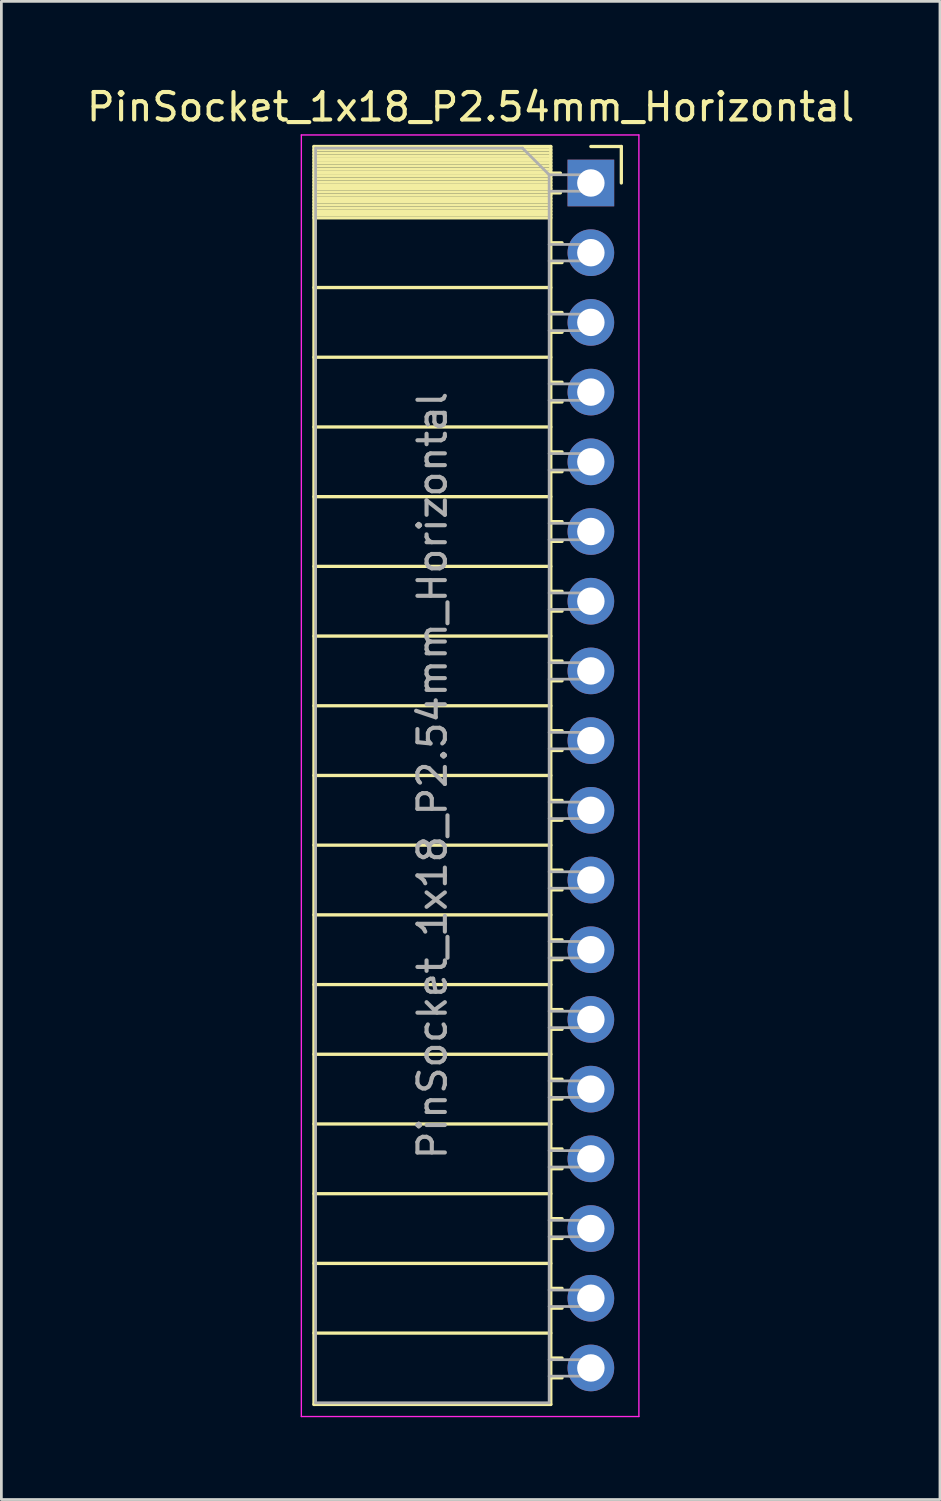
<source format=kicad_pcb>
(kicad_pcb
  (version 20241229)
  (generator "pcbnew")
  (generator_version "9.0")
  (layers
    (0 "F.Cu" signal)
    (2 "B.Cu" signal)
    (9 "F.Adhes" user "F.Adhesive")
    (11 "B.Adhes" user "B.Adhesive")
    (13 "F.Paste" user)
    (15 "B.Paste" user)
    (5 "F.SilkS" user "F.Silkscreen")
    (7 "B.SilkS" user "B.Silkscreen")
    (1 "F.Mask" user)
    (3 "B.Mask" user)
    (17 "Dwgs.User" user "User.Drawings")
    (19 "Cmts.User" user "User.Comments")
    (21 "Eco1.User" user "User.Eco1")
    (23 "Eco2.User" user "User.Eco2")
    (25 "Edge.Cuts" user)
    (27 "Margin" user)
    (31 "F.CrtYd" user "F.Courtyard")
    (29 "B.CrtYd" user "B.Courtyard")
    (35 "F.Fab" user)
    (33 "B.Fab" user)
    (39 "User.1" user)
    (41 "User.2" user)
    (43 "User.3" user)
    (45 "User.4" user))
  (footprint "PinSocket_1x18_P2.54mm_Horizontal"
    (layer "F.Cu")
    (at 18.481 3.618)
    (property "Reference" "PinSocket_1x18_P2.54mm_Horizontal" (at -4.38 -2.77 0) (layer "F.SilkS") (effects (font (size 1 1) (thickness 0.15))))
    (attr through_hole)
    (fp_line (start -10.09 -1.33) (end -10.09 44.51) (stroke (width 0.12) (type solid)) (layer "F.SilkS"))
    (fp_line (start -10.09 -1.33) (end -1.46 -1.33) (stroke (width 0.12) (type solid)) (layer "F.SilkS"))
    (fp_line (start -10.09 -1.21) (end -1.46 -1.21) (stroke (width 0.12) (type solid)) (layer "F.SilkS"))
    (fp_line (start -10.09 -1.092) (end -1.46 -1.092) (stroke (width 0.12) (type solid)) (layer "F.SilkS"))
    (fp_line (start -10.09 -0.974) (end -1.46 -0.974) (stroke (width 0.12) (type solid)) (layer "F.SilkS"))
    (fp_line (start -10.09 -0.856) (end -1.46 -0.856) (stroke (width 0.12) (type solid)) (layer "F.SilkS"))
    (fp_line (start -10.09 -0.738) (end -1.46 -0.738) (stroke (width 0.12) (type solid)) (layer "F.SilkS"))
    (fp_line (start -10.09 -0.62) (end -1.46 -0.62) (stroke (width 0.12) (type solid)) (layer "F.SilkS"))
    (fp_line (start -10.09 -0.501) (end -1.46 -0.501) (stroke (width 0.12) (type solid)) (layer "F.SilkS"))
    (fp_line (start -10.09 -0.383) (end -1.46 -0.383) (stroke (width 0.12) (type solid)) (layer "F.SilkS"))
    (fp_line (start -10.09 -0.265) (end -1.46 -0.265) (stroke (width 0.12) (type solid)) (layer "F.SilkS"))
    (fp_line (start -10.09 -0.147) (end -1.46 -0.147) (stroke (width 0.12) (type solid)) (layer "F.SilkS"))
    (fp_line (start -10.09 -0.029) (end -1.46 -0.029) (stroke (width 0.12) (type solid)) (layer "F.SilkS"))
    (fp_line (start -10.09 0.089) (end -1.46 0.089) (stroke (width 0.12) (type solid)) (layer "F.SilkS"))
    (fp_line (start -10.09 0.207) (end -1.46 0.207) (stroke (width 0.12) (type solid)) (layer "F.SilkS"))
    (fp_line (start -10.09 0.325) (end -1.46 0.325) (stroke (width 0.12) (type solid)) (layer "F.SilkS"))
    (fp_line (start -10.09 0.443) (end -1.46 0.443) (stroke (width 0.12) (type solid)) (layer "F.SilkS"))
    (fp_line (start -10.09 0.561) (end -1.46 0.561) (stroke (width 0.12) (type solid)) (layer "F.SilkS"))
    (fp_line (start -10.09 0.68) (end -1.46 0.68) (stroke (width 0.12) (type solid)) (layer "F.SilkS"))
    (fp_line (start -10.09 0.798) (end -1.46 0.798) (stroke (width 0.12) (type solid)) (layer "F.SilkS"))
    (fp_line (start -10.09 0.916) (end -1.46 0.916) (stroke (width 0.12) (type solid)) (layer "F.SilkS"))
    (fp_line (start -10.09 1.034) (end -1.46 1.034) (stroke (width 0.12) (type solid)) (layer "F.SilkS"))
    (fp_line (start -10.09 1.152) (end -1.46 1.152) (stroke (width 0.12) (type solid)) (layer "F.SilkS"))
    (fp_line (start -10.09 1.27) (end -1.46 1.27) (stroke (width 0.12) (type solid)) (layer "F.SilkS"))
    (fp_line (start -10.09 3.81) (end -1.46 3.81) (stroke (width 0.12) (type solid)) (layer "F.SilkS"))
    (fp_line (start -10.09 6.35) (end -1.46 6.35) (stroke (width 0.12) (type solid)) (layer "F.SilkS"))
    (fp_line (start -10.09 8.89) (end -1.46 8.89) (stroke (width 0.12) (type solid)) (layer "F.SilkS"))
    (fp_line (start -10.09 11.43) (end -1.46 11.43) (stroke (width 0.12) (type solid)) (layer "F.SilkS"))
    (fp_line (start -10.09 13.97) (end -1.46 13.97) (stroke (width 0.12) (type solid)) (layer "F.SilkS"))
    (fp_line (start -10.09 16.51) (end -1.46 16.51) (stroke (width 0.12) (type solid)) (layer "F.SilkS"))
    (fp_line (start -10.09 19.05) (end -1.46 19.05) (stroke (width 0.12) (type solid)) (layer "F.SilkS"))
    (fp_line (start -10.09 21.59) (end -1.46 21.59) (stroke (width 0.12) (type solid)) (layer "F.SilkS"))
    (fp_line (start -10.09 24.13) (end -1.46 24.13) (stroke (width 0.12) (type solid)) (layer "F.SilkS"))
    (fp_line (start -10.09 26.67) (end -1.46 26.67) (stroke (width 0.12) (type solid)) (layer "F.SilkS"))
    (fp_line (start -10.09 29.21) (end -1.46 29.21) (stroke (width 0.12) (type solid)) (layer "F.SilkS"))
    (fp_line (start -10.09 31.75) (end -1.46 31.75) (stroke (width 0.12) (type solid)) (layer "F.SilkS"))
    (fp_line (start -10.09 34.29) (end -1.46 34.29) (stroke (width 0.12) (type solid)) (layer "F.SilkS"))
    (fp_line (start -10.09 36.83) (end -1.46 36.83) (stroke (width 0.12) (type solid)) (layer "F.SilkS"))
    (fp_line (start -10.09 39.37) (end -1.46 39.37) (stroke (width 0.12) (type solid)) (layer "F.SilkS"))
    (fp_line (start -10.09 41.91) (end -1.46 41.91) (stroke (width 0.12) (type solid)) (layer "F.SilkS"))
    (fp_line (start -10.09 44.51) (end -1.46 44.51) (stroke (width 0.12) (type solid)) (layer "F.SilkS"))
    (fp_line (start -1.46 -1.33) (end -1.46 44.51) (stroke (width 0.12) (type solid)) (layer "F.SilkS"))
    (fp_line (start -1.46 -0.36) (end -1.11 -0.36) (stroke (width 0.12) (type solid)) (layer "F.SilkS"))
    (fp_line (start -1.46 0.36) (end -1.11 0.36) (stroke (width 0.12) (type solid)) (layer "F.SilkS"))
    (fp_line (start -1.46 2.18) (end -1.05 2.18) (stroke (width 0.12) (type solid)) (layer "F.SilkS"))
    (fp_line (start -1.46 2.9) (end -1.05 2.9) (stroke (width 0.12) (type solid)) (layer "F.SilkS"))
    (fp_line (start -1.46 4.72) (end -1.05 4.72) (stroke (width 0.12) (type solid)) (layer "F.SilkS"))
    (fp_line (start -1.46 5.44) (end -1.05 5.44) (stroke (width 0.12) (type solid)) (layer "F.SilkS"))
    (fp_line (start -1.46 7.26) (end -1.05 7.26) (stroke (width 0.12) (type solid)) (layer "F.SilkS"))
    (fp_line (start -1.46 7.98) (end -1.05 7.98) (stroke (width 0.12) (type solid)) (layer "F.SilkS"))
    (fp_line (start -1.46 9.8) (end -1.05 9.8) (stroke (width 0.12) (type solid)) (layer "F.SilkS"))
    (fp_line (start -1.46 10.52) (end -1.05 10.52) (stroke (width 0.12) (type solid)) (layer "F.SilkS"))
    (fp_line (start -1.46 12.34) (end -1.05 12.34) (stroke (width 0.12) (type solid)) (layer "F.SilkS"))
    (fp_line (start -1.46 13.06) (end -1.05 13.06) (stroke (width 0.12) (type solid)) (layer "F.SilkS"))
    (fp_line (start -1.46 14.88) (end -1.05 14.88) (stroke (width 0.12) (type solid)) (layer "F.SilkS"))
    (fp_line (start -1.46 15.6) (end -1.05 15.6) (stroke (width 0.12) (type solid)) (layer "F.SilkS"))
    (fp_line (start -1.46 17.42) (end -1.05 17.42) (stroke (width 0.12) (type solid)) (layer "F.SilkS"))
    (fp_line (start -1.46 18.14) (end -1.05 18.14) (stroke (width 0.12) (type solid)) (layer "F.SilkS"))
    (fp_line (start -1.46 19.96) (end -1.05 19.96) (stroke (width 0.12) (type solid)) (layer "F.SilkS"))
    (fp_line (start -1.46 20.68) (end -1.05 20.68) (stroke (width 0.12) (type solid)) (layer "F.SilkS"))
    (fp_line (start -1.46 22.5) (end -1.05 22.5) (stroke (width 0.12) (type solid)) (layer "F.SilkS"))
    (fp_line (start -1.46 23.22) (end -1.05 23.22) (stroke (width 0.12) (type solid)) (layer "F.SilkS"))
    (fp_line (start -1.46 25.04) (end -1.05 25.04) (stroke (width 0.12) (type solid)) (layer "F.SilkS"))
    (fp_line (start -1.46 25.76) (end -1.05 25.76) (stroke (width 0.12) (type solid)) (layer "F.SilkS"))
    (fp_line (start -1.46 27.58) (end -1.05 27.58) (stroke (width 0.12) (type solid)) (layer "F.SilkS"))
    (fp_line (start -1.46 28.3) (end -1.05 28.3) (stroke (width 0.12) (type solid)) (layer "F.SilkS"))
    (fp_line (start -1.46 30.12) (end -1.05 30.12) (stroke (width 0.12) (type solid)) (layer "F.SilkS"))
    (fp_line (start -1.46 30.84) (end -1.05 30.84) (stroke (width 0.12) (type solid)) (layer "F.SilkS"))
    (fp_line (start -1.46 32.66) (end -1.05 32.66) (stroke (width 0.12) (type solid)) (layer "F.SilkS"))
    (fp_line (start -1.46 33.38) (end -1.05 33.38) (stroke (width 0.12) (type solid)) (layer "F.SilkS"))
    (fp_line (start -1.46 35.2) (end -1.05 35.2) (stroke (width 0.12) (type solid)) (layer "F.SilkS"))
    (fp_line (start -1.46 35.92) (end -1.05 35.92) (stroke (width 0.12) (type solid)) (layer "F.SilkS"))
    (fp_line (start -1.46 37.74) (end -1.05 37.74) (stroke (width 0.12) (type solid)) (layer "F.SilkS"))
    (fp_line (start -1.46 38.46) (end -1.05 38.46) (stroke (width 0.12) (type solid)) (layer "F.SilkS"))
    (fp_line (start -1.46 40.28) (end -1.05 40.28) (stroke (width 0.12) (type solid)) (layer "F.SilkS"))
    (fp_line (start -1.46 41) (end -1.05 41) (stroke (width 0.12) (type solid)) (layer "F.SilkS"))
    (fp_line (start -1.46 42.82) (end -1.05 42.82) (stroke (width 0.12) (type solid)) (layer "F.SilkS"))
    (fp_line (start -1.46 43.54) (end -1.05 43.54) (stroke (width 0.12) (type solid)) (layer "F.SilkS"))
    (fp_line (start 0 -1.33) (end 1.11 -1.33) (stroke (width 0.12) (type solid)) (layer "F.SilkS"))
    (fp_line (start 1.11 -1.33) (end 1.11 0) (stroke (width 0.12) (type solid)) (layer "F.SilkS"))
    (fp_line (start -10.55 -1.75) (end -10.55 44.95) (stroke (width 0.05) (type solid)) (layer "F.CrtYd"))
    (fp_line (start -10.55 44.95) (end 1.75 44.95) (stroke (width 0.05) (type solid)) (layer "F.CrtYd"))
    (fp_line (start 1.75 -1.75) (end -10.55 -1.75) (stroke (width 0.05) (type solid)) (layer "F.CrtYd"))
    (fp_line (start 1.75 44.95) (end 1.75 -1.75) (stroke (width 0.05) (type solid)) (layer "F.CrtYd"))
    (fp_line (start -10.03 -1.27) (end -2.49 -1.27) (stroke (width 0.1) (type solid)) (layer "F.Fab"))
    (fp_line (start -10.03 44.45) (end -10.03 -1.27) (stroke (width 0.1) (type solid)) (layer "F.Fab"))
    (fp_line (start -2.49 -1.27) (end -1.52 -0.3) (stroke (width 0.1) (type solid)) (layer "F.Fab"))
    (fp_line (start -1.52 -0.3) (end -1.52 44.45) (stroke (width 0.1) (type solid)) (layer "F.Fab"))
    (fp_line (start -1.52 0.3) (end 0 0.3) (stroke (width 0.1) (type solid)) (layer "F.Fab"))
    (fp_line (start -1.52 2.84) (end 0 2.84) (stroke (width 0.1) (type solid)) (layer "F.Fab"))
    (fp_line (start -1.52 5.38) (end 0 5.38) (stroke (width 0.1) (type solid)) (layer "F.Fab"))
    (fp_line (start -1.52 7.92) (end 0 7.92) (stroke (width 0.1) (type solid)) (layer "F.Fab"))
    (fp_line (start -1.52 10.46) (end 0 10.46) (stroke (width 0.1) (type solid)) (layer "F.Fab"))
    (fp_line (start -1.52 13) (end 0 13) (stroke (width 0.1) (type solid)) (layer "F.Fab"))
    (fp_line (start -1.52 15.54) (end 0 15.54) (stroke (width 0.1) (type solid)) (layer "F.Fab"))
    (fp_line (start -1.52 18.08) (end 0 18.08) (stroke (width 0.1) (type solid)) (layer "F.Fab"))
    (fp_line (start -1.52 20.62) (end 0 20.62) (stroke (width 0.1) (type solid)) (layer "F.Fab"))
    (fp_line (start -1.52 23.16) (end 0 23.16) (stroke (width 0.1) (type solid)) (layer "F.Fab"))
    (fp_line (start -1.52 25.7) (end 0 25.7) (stroke (width 0.1) (type solid)) (layer "F.Fab"))
    (fp_line (start -1.52 28.24) (end 0 28.24) (stroke (width 0.1) (type solid)) (layer "F.Fab"))
    (fp_line (start -1.52 30.78) (end 0 30.78) (stroke (width 0.1) (type solid)) (layer "F.Fab"))
    (fp_line (start -1.52 33.32) (end 0 33.32) (stroke (width 0.1) (type solid)) (layer "F.Fab"))
    (fp_line (start -1.52 35.86) (end 0 35.86) (stroke (width 0.1) (type solid)) (layer "F.Fab"))
    (fp_line (start -1.52 38.4) (end 0 38.4) (stroke (width 0.1) (type solid)) (layer "F.Fab"))
    (fp_line (start -1.52 40.94) (end 0 40.94) (stroke (width 0.1) (type solid)) (layer "F.Fab"))
    (fp_line (start -1.52 43.48) (end 0 43.48) (stroke (width 0.1) (type solid)) (layer "F.Fab"))
    (fp_line (start -1.52 44.45) (end -10.03 44.45) (stroke (width 0.1) (type solid)) (layer "F.Fab"))
    (fp_line (start 0 -0.3) (end -1.52 -0.3) (stroke (width 0.1) (type solid)) (layer "F.Fab"))
    (fp_line (start 0 0.3) (end 0 -0.3) (stroke (width 0.1) (type solid)) (layer "F.Fab"))
    (fp_line (start 0 2.24) (end -1.52 2.24) (stroke (width 0.1) (type solid)) (layer "F.Fab"))
    (fp_line (start 0 2.84) (end 0 2.24) (stroke (width 0.1) (type solid)) (layer "F.Fab"))
    (fp_line (start 0 4.78) (end -1.52 4.78) (stroke (width 0.1) (type solid)) (layer "F.Fab"))
    (fp_line (start 0 5.38) (end 0 4.78) (stroke (width 0.1) (type solid)) (layer "F.Fab"))
    (fp_line (start 0 7.32) (end -1.52 7.32) (stroke (width 0.1) (type solid)) (layer "F.Fab"))
    (fp_line (start 0 7.92) (end 0 7.32) (stroke (width 0.1) (type solid)) (layer "F.Fab"))
    (fp_line (start 0 9.86) (end -1.52 9.86) (stroke (width 0.1) (type solid)) (layer "F.Fab"))
    (fp_line (start 0 10.46) (end 0 9.86) (stroke (width 0.1) (type solid)) (layer "F.Fab"))
    (fp_line (start 0 12.4) (end -1.52 12.4) (stroke (width 0.1) (type solid)) (layer "F.Fab"))
    (fp_line (start 0 13) (end 0 12.4) (stroke (width 0.1) (type solid)) (layer "F.Fab"))
    (fp_line (start 0 14.94) (end -1.52 14.94) (stroke (width 0.1) (type solid)) (layer "F.Fab"))
    (fp_line (start 0 15.54) (end 0 14.94) (stroke (width 0.1) (type solid)) (layer "F.Fab"))
    (fp_line (start 0 17.48) (end -1.52 17.48) (stroke (width 0.1) (type solid)) (layer "F.Fab"))
    (fp_line (start 0 18.08) (end 0 17.48) (stroke (width 0.1) (type solid)) (layer "F.Fab"))
    (fp_line (start 0 20.02) (end -1.52 20.02) (stroke (width 0.1) (type solid)) (layer "F.Fab"))
    (fp_line (start 0 20.62) (end 0 20.02) (stroke (width 0.1) (type solid)) (layer "F.Fab"))
    (fp_line (start 0 22.56) (end -1.52 22.56) (stroke (width 0.1) (type solid)) (layer "F.Fab"))
    (fp_line (start 0 23.16) (end 0 22.56) (stroke (width 0.1) (type solid)) (layer "F.Fab"))
    (fp_line (start 0 25.1) (end -1.52 25.1) (stroke (width 0.1) (type solid)) (layer "F.Fab"))
    (fp_line (start 0 25.7) (end 0 25.1) (stroke (width 0.1) (type solid)) (layer "F.Fab"))
    (fp_line (start 0 27.64) (end -1.52 27.64) (stroke (width 0.1) (type solid)) (layer "F.Fab"))
    (fp_line (start 0 28.24) (end 0 27.64) (stroke (width 0.1) (type solid)) (layer "F.Fab"))
    (fp_line (start 0 30.18) (end -1.52 30.18) (stroke (width 0.1) (type solid)) (layer "F.Fab"))
    (fp_line (start 0 30.78) (end 0 30.18) (stroke (width 0.1) (type solid)) (layer "F.Fab"))
    (fp_line (start 0 32.72) (end -1.52 32.72) (stroke (width 0.1) (type solid)) (layer "F.Fab"))
    (fp_line (start 0 33.32) (end 0 32.72) (stroke (width 0.1) (type solid)) (layer "F.Fab"))
    (fp_line (start 0 35.26) (end -1.52 35.26) (stroke (width 0.1) (type solid)) (layer "F.Fab"))
    (fp_line (start 0 35.86) (end 0 35.26) (stroke (width 0.1) (type solid)) (layer "F.Fab"))
    (fp_line (start 0 37.8) (end -1.52 37.8) (stroke (width 0.1) (type solid)) (layer "F.Fab"))
    (fp_line (start 0 38.4) (end 0 37.8) (stroke (width 0.1) (type solid)) (layer "F.Fab"))
    (fp_line (start 0 40.34) (end -1.52 40.34) (stroke (width 0.1) (type solid)) (layer "F.Fab"))
    (fp_line (start 0 40.94) (end 0 40.34) (stroke (width 0.1) (type solid)) (layer "F.Fab"))
    (fp_line (start 0 42.88) (end -1.52 42.88) (stroke (width 0.1) (type solid)) (layer "F.Fab"))
    (fp_line (start 0 43.48) (end 0 42.88) (stroke (width 0.1) (type solid)) (layer "F.Fab"))
    (fp_text user "${REFERENCE}" (at -5.775 21.59 90) (layer "F.Fab") (effects (font (size 1 1) (thickness 0.15))))
    (pad "1" thru_hole rect (at 0 0) (size 1.7 1.7) (drill 1) (layers "*.Cu" "*.Mask"))
    (pad "2" thru_hole circle (at 0 2.54) (size 1.7 1.7) (drill 1) (layers "*.Cu" "*.Mask"))
    (pad "3" thru_hole circle (at 0 5.08) (size 1.7 1.7) (drill 1) (layers "*.Cu" "*.Mask"))
    (pad "4" thru_hole circle (at 0 7.62) (size 1.7 1.7) (drill 1) (layers "*.Cu" "*.Mask"))
    (pad "5" thru_hole circle (at 0 10.16) (size 1.7 1.7) (drill 1) (layers "*.Cu" "*.Mask"))
    (pad "6" thru_hole circle (at 0 12.7) (size 1.7 1.7) (drill 1) (layers "*.Cu" "*.Mask"))
    (pad "7" thru_hole circle (at 0 15.24) (size 1.7 1.7) (drill 1) (layers "*.Cu" "*.Mask"))
    (pad "8" thru_hole circle (at 0 17.78) (size 1.7 1.7) (drill 1) (layers "*.Cu" "*.Mask"))
    (pad "9" thru_hole circle (at 0 20.32) (size 1.7 1.7) (drill 1) (layers "*.Cu" "*.Mask"))
    (pad "10" thru_hole circle (at 0 22.86) (size 1.7 1.7) (drill 1) (layers "*.Cu" "*.Mask"))
    (pad "11" thru_hole circle (at 0 25.4) (size 1.7 1.7) (drill 1) (layers "*.Cu" "*.Mask"))
    (pad "12" thru_hole circle (at 0 27.94) (size 1.7 1.7) (drill 1) (layers "*.Cu" "*.Mask"))
    (pad "13" thru_hole circle (at 0 30.48) (size 1.7 1.7) (drill 1) (layers "*.Cu" "*.Mask"))
    (pad "14" thru_hole circle (at 0 33.02) (size 1.7 1.7) (drill 1) (layers "*.Cu" "*.Mask"))
    (pad "15" thru_hole circle (at 0 35.56) (size 1.7 1.7) (drill 1) (layers "*.Cu" "*.Mask"))
    (pad "16" thru_hole circle (at 0 38.1) (size 1.7 1.7) (drill 1) (layers "*.Cu" "*.Mask"))
    (pad "17" thru_hole circle (at 0 40.64) (size 1.7 1.7) (drill 1) (layers "*.Cu" "*.Mask"))
    (pad "18" thru_hole circle (at 0 43.18) (size 1.7 1.7) (drill 1) (layers "*.Cu" "*.Mask")))
  (gr_rect
    (start -3 -3)
    (end 31.202 51.593)
    (stroke (width 0.1) (type default))
    (fill no)
    (layer "Edge.Cuts")))
</source>
